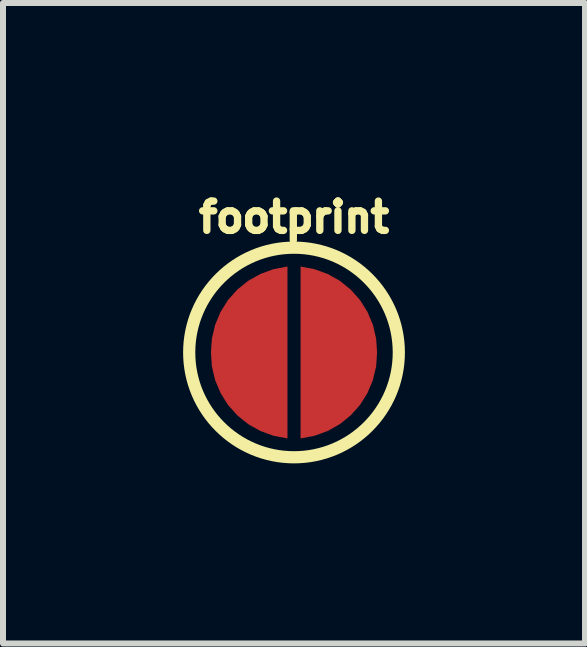
<source format=kicad_pcb>
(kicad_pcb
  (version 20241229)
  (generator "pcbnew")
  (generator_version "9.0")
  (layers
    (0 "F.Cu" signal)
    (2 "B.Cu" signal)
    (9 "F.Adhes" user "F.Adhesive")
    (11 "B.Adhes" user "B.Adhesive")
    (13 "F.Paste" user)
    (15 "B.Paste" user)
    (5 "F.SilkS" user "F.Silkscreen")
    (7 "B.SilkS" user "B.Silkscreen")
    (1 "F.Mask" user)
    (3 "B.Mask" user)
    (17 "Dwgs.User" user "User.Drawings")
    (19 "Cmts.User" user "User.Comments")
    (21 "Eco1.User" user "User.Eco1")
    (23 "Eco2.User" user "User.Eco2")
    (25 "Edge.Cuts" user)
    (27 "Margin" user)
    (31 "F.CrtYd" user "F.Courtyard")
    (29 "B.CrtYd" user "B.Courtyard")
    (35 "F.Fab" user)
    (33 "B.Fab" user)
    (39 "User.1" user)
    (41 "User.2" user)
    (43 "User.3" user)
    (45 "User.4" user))
  (footprint "footprint"
    (layer "F.Cu")
    (at 1.848 2.822)
    (property "Reference" "footprint" (at 0 -1.968 0) (layer "F.SilkS") (effects (font (size 0.488 0.488) (thickness 0.122)) (justify bottom)))
    (fp_poly (pts (xy -0.109 1.432) (xy -0.341 1.388) (xy -0.56 1.308) (xy -0.763 1.194) (xy -0.945 1.047) (xy -1.1 0.873) (xy -1.224 0.675) (xy -1.314 0.46) (xy -1.368 0.233) (xy -1.384 0) (xy -1.368 -0.233) (xy -1.314 -0.46) (xy -1.224 -0.675) (xy -1.1 -0.873) (xy -0.945 -1.047) (xy -0.763 -1.194) (xy -0.56 -1.308) (xy -0.341 -1.388) (xy -0.109 -1.432)) (stroke (width 0) (type solid)) (fill yes) (layer "F.Cu"))
    (fp_poly (pts (xy 0.341 -1.388) (xy 0.56 -1.308) (xy 0.763 -1.194) (xy 0.945 -1.047) (xy 1.1 -0.873) (xy 1.224 -0.675) (xy 1.314 -0.46) (xy 1.368 -0.233) (xy 1.384 0) (xy 1.368 0.233) (xy 1.314 0.46) (xy 1.224 0.675) (xy 1.1 0.873) (xy 0.945 1.047) (xy 0.763 1.194) (xy 0.56 1.308) (xy 0.341 1.388) (xy 0.109 1.432) (xy 0.109 -1.432)) (stroke (width 0) (type solid)) (fill yes) (layer "F.Cu"))
    (fp_poly (pts (xy 0.266 -1.507) (xy 0.524 -1.438) (xy 0.765 -1.326) (xy 0.984 -1.173) (xy 1.173 -0.984) (xy 1.326 -0.765) (xy 1.44 -0.519) (xy 1.531 -0.004) (xy 1.507 0.266) (xy 1.438 0.524) (xy 1.326 0.765) (xy 1.173 0.984) (xy 0.984 1.173) (xy 0.765 1.326) (xy 0.524 1.438) (xy 0.266 1.507) (xy 0 1.531) (xy -0.266 1.507) (xy -0.524 1.438) (xy -0.765 1.326) (xy -0.984 1.173) (xy -1.173 0.984) (xy -1.326 0.765) (xy -1.438 0.524) (xy -1.507 0.266) (xy -1.531 0) (xy -1.507 -0.266) (xy -1.438 -0.524) (xy -1.326 -0.765) (xy -1.173 -0.984) (xy -0.984 -1.173) (xy -0.765 -1.326) (xy -0.524 -1.438) (xy -0.266 -1.507) (xy 0 -1.531)) (stroke (width 0) (type solid)) (fill yes) (layer "F.Mask"))
    (fp_circle (center 0 0) (end 1.746 0) (stroke (width 0.203) (type solid)) (fill no) (layer "F.SilkS"))
    (pad "1" smd roundrect (at -1.27 0 270) (size 0.305 0.152) (layers "F.Cu") (roundrect_rratio 0.1))
    (pad "2" smd roundrect (at 1.27 0 90) (size 0.305 0.152) (layers "F.Cu") (roundrect_rratio 0.1)))
  (gr_rect
    (start -3 -3)
    (end 6.696 7.67)
    (stroke (width 0.1) (type default))
    (fill no)
    (layer "Edge.Cuts")))
</source>
